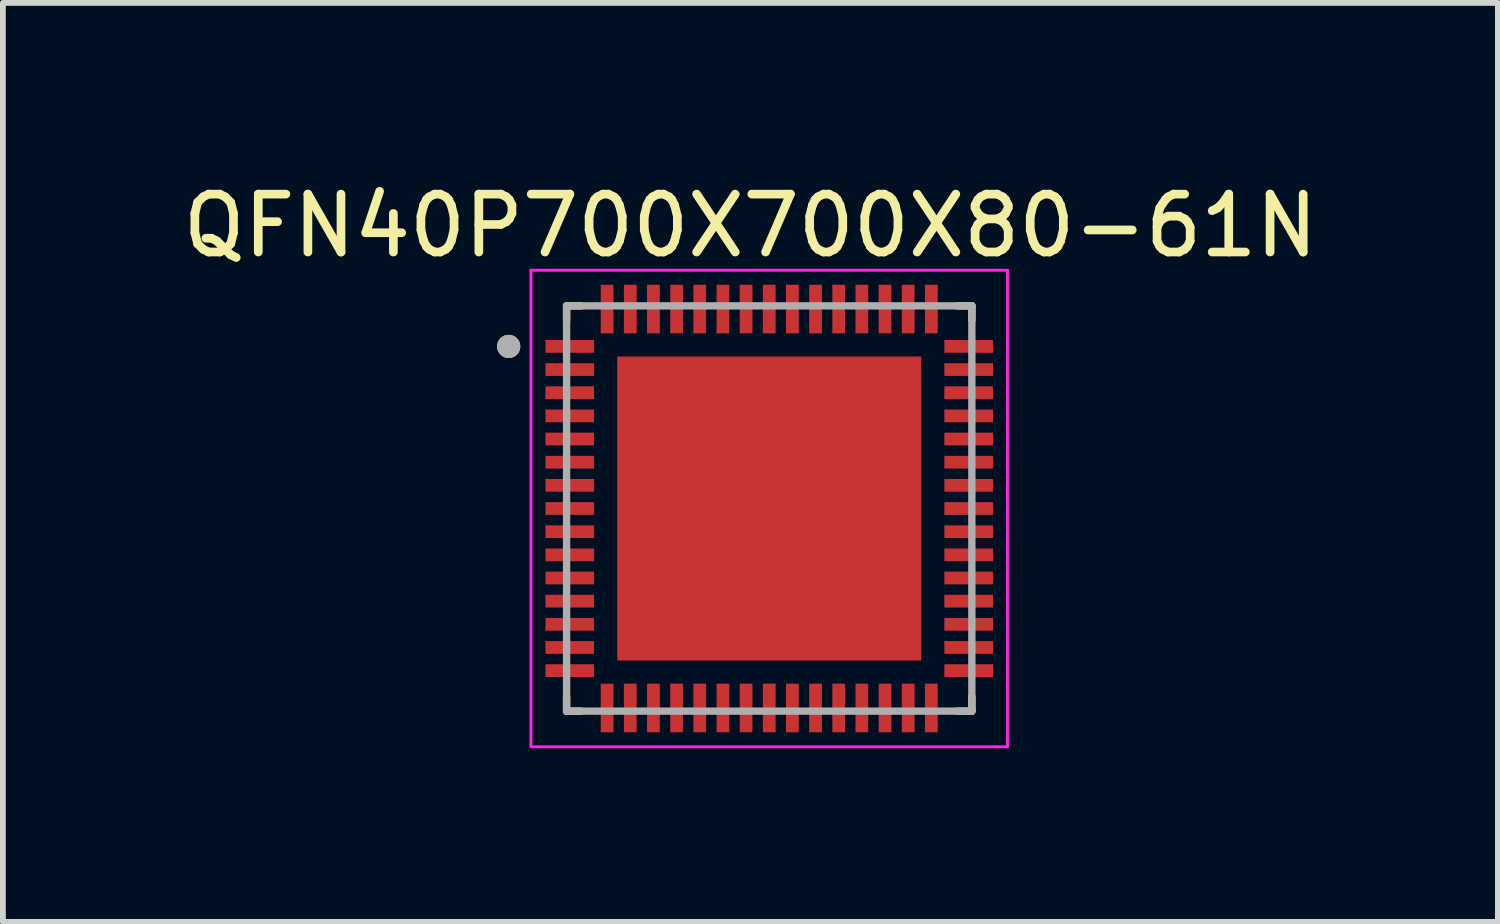
<source format=kicad_pcb>
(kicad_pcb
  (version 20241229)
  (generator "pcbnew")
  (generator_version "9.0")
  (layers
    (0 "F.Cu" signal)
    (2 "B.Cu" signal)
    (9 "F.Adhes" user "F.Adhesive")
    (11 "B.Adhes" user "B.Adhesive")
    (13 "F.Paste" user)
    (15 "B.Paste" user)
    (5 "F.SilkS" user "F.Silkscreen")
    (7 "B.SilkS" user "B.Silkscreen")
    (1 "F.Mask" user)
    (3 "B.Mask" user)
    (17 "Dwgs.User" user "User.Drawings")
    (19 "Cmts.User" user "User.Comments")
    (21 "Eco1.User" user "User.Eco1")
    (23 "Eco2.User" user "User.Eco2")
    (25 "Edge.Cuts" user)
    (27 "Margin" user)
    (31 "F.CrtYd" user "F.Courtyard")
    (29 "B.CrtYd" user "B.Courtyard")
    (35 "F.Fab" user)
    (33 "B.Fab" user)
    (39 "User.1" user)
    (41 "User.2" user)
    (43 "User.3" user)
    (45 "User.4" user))
  (footprint "QFN40P700X700X80-61N"
    (layer "F.Cu")
    (at 10.236 5.733)
    (property "Reference" "QFN40P700X700X80-61N" (at -0.325 -4.885 0) (layer "F.SilkS") (effects (font (size 1 1) (thickness 0.15))))
    (attr smd)
    (fp_rect (start -3.865 -2.91) (end -3.017 -2.69) (stroke (width 0.02) (type solid)) (fill yes) (layer "F.Mask"))
    (fp_rect (start -3.865 -2.51) (end -3.017 -2.29) (stroke (width 0.02) (type solid)) (fill yes) (layer "F.Mask"))
    (fp_rect (start -3.865 -2.11) (end -3.017 -1.89) (stroke (width 0.02) (type solid)) (fill yes) (layer "F.Mask"))
    (fp_rect (start -3.865 -1.71) (end -3.017 -1.49) (stroke (width 0.02) (type solid)) (fill yes) (layer "F.Mask"))
    (fp_rect (start -3.865 -1.31) (end -3.017 -1.09) (stroke (width 0.02) (type solid)) (fill yes) (layer "F.Mask"))
    (fp_rect (start -3.865 -0.91) (end -3.017 -0.69) (stroke (width 0.02) (type solid)) (fill yes) (layer "F.Mask"))
    (fp_rect (start -3.865 -0.51) (end -3.017 -0.29) (stroke (width 0.02) (type solid)) (fill yes) (layer "F.Mask"))
    (fp_rect (start -3.865 -0.11) (end -3.017 0.11) (stroke (width 0.02) (type solid)) (fill yes) (layer "F.Mask"))
    (fp_rect (start -3.865 0.29) (end -3.017 0.51) (stroke (width 0.02) (type solid)) (fill yes) (layer "F.Mask"))
    (fp_rect (start -3.865 0.69) (end -3.017 0.91) (stroke (width 0.02) (type solid)) (fill yes) (layer "F.Mask"))
    (fp_rect (start -3.865 1.09) (end -3.017 1.31) (stroke (width 0.02) (type solid)) (fill yes) (layer "F.Mask"))
    (fp_rect (start -3.865 1.49) (end -3.017 1.71) (stroke (width 0.02) (type solid)) (fill yes) (layer "F.Mask"))
    (fp_rect (start -3.865 1.89) (end -3.017 2.11) (stroke (width 0.02) (type solid)) (fill yes) (layer "F.Mask"))
    (fp_rect (start -3.865 2.29) (end -3.017 2.51) (stroke (width 0.02) (type solid)) (fill yes) (layer "F.Mask"))
    (fp_rect (start -3.865 2.69) (end -3.017 2.91) (stroke (width 0.02) (type solid)) (fill yes) (layer "F.Mask"))
    (fp_rect (start -2.968 -2.968) (end 2.967 2.967) (stroke (width 0.1) (type solid)) (fill yes) (layer "F.Mask"))
    (fp_rect (start -2.91 -3.865) (end -2.69 -3.017) (stroke (width 0.02) (type solid)) (fill yes) (layer "F.Mask"))
    (fp_rect (start -2.91 3.017) (end -2.69 3.865) (stroke (width 0.02) (type solid)) (fill yes) (layer "F.Mask"))
    (fp_rect (start -2.51 -3.865) (end -2.29 -3.017) (stroke (width 0.02) (type solid)) (fill yes) (layer "F.Mask"))
    (fp_rect (start -2.51 3.017) (end -2.29 3.865) (stroke (width 0.02) (type solid)) (fill yes) (layer "F.Mask"))
    (fp_rect (start -2.11 -3.865) (end -1.89 -3.017) (stroke (width 0.02) (type solid)) (fill yes) (layer "F.Mask"))
    (fp_rect (start -2.11 3.017) (end -1.89 3.865) (stroke (width 0.02) (type solid)) (fill yes) (layer "F.Mask"))
    (fp_rect (start -1.71 -3.865) (end -1.49 -3.017) (stroke (width 0.02) (type solid)) (fill yes) (layer "F.Mask"))
    (fp_rect (start -1.71 3.017) (end -1.49 3.865) (stroke (width 0.02) (type solid)) (fill yes) (layer "F.Mask"))
    (fp_rect (start -1.31 -3.865) (end -1.09 -3.017) (stroke (width 0.02) (type solid)) (fill yes) (layer "F.Mask"))
    (fp_rect (start -1.31 3.017) (end -1.09 3.865) (stroke (width 0.02) (type solid)) (fill yes) (layer "F.Mask"))
    (fp_rect (start -0.91 -3.865) (end -0.69 -3.017) (stroke (width 0.02) (type solid)) (fill yes) (layer "F.Mask"))
    (fp_rect (start -0.91 3.017) (end -0.69 3.865) (stroke (width 0.02) (type solid)) (fill yes) (layer "F.Mask"))
    (fp_rect (start -0.51 -3.865) (end -0.29 -3.017) (stroke (width 0.02) (type solid)) (fill yes) (layer "F.Mask"))
    (fp_rect (start -0.51 3.017) (end -0.29 3.865) (stroke (width 0.02) (type solid)) (fill yes) (layer "F.Mask"))
    (fp_rect (start -0.11 -3.865) (end 0.11 -3.017) (stroke (width 0.02) (type solid)) (fill yes) (layer "F.Mask"))
    (fp_rect (start -0.11 3.017) (end 0.11 3.865) (stroke (width 0.02) (type solid)) (fill yes) (layer "F.Mask"))
    (fp_rect (start 0.29 -3.865) (end 0.51 -3.017) (stroke (width 0.02) (type solid)) (fill yes) (layer "F.Mask"))
    (fp_rect (start 0.29 3.017) (end 0.51 3.865) (stroke (width 0.02) (type solid)) (fill yes) (layer "F.Mask"))
    (fp_rect (start 0.69 -3.865) (end 0.91 -3.017) (stroke (width 0.02) (type solid)) (fill yes) (layer "F.Mask"))
    (fp_rect (start 0.69 3.017) (end 0.91 3.865) (stroke (width 0.02) (type solid)) (fill yes) (layer "F.Mask"))
    (fp_rect (start 1.09 -3.865) (end 1.31 -3.017) (stroke (width 0.02) (type solid)) (fill yes) (layer "F.Mask"))
    (fp_rect (start 1.09 3.017) (end 1.31 3.865) (stroke (width 0.02) (type solid)) (fill yes) (layer "F.Mask"))
    (fp_rect (start 1.489 -3.864) (end 1.709 -3.016) (stroke (width 0.02) (type solid)) (fill yes) (layer "F.Mask"))
    (fp_rect (start 1.49 3.017) (end 1.71 3.865) (stroke (width 0.02) (type solid)) (fill yes) (layer "F.Mask"))
    (fp_rect (start 1.89 -3.865) (end 2.11 -3.017) (stroke (width 0.02) (type solid)) (fill yes) (layer "F.Mask"))
    (fp_rect (start 1.89 3.017) (end 2.11 3.865) (stroke (width 0.02) (type solid)) (fill yes) (layer "F.Mask"))
    (fp_rect (start 2.29 -3.865) (end 2.51 -3.017) (stroke (width 0.02) (type solid)) (fill yes) (layer "F.Mask"))
    (fp_rect (start 2.29 3.017) (end 2.51 3.865) (stroke (width 0.02) (type solid)) (fill yes) (layer "F.Mask"))
    (fp_rect (start 2.69 -3.865) (end 2.91 -3.017) (stroke (width 0.02) (type solid)) (fill yes) (layer "F.Mask"))
    (fp_rect (start 2.69 3.017) (end 2.91 3.865) (stroke (width 0.02) (type solid)) (fill yes) (layer "F.Mask"))
    (fp_rect (start 3.016 -2.91) (end 3.864 -2.69) (stroke (width 0.02) (type solid)) (fill yes) (layer "F.Mask"))
    (fp_rect (start 3.017 -2.51) (end 3.865 -2.29) (stroke (width 0.02) (type solid)) (fill yes) (layer "F.Mask"))
    (fp_rect (start 3.017 -2.11) (end 3.865 -1.89) (stroke (width 0.02) (type solid)) (fill yes) (layer "F.Mask"))
    (fp_rect (start 3.017 -1.71) (end 3.865 -1.49) (stroke (width 0.02) (type solid)) (fill yes) (layer "F.Mask"))
    (fp_rect (start 3.017 -1.31) (end 3.865 -1.09) (stroke (width 0.02) (type solid)) (fill yes) (layer "F.Mask"))
    (fp_rect (start 3.017 -0.91) (end 3.865 -0.69) (stroke (width 0.02) (type solid)) (fill yes) (layer "F.Mask"))
    (fp_rect (start 3.017 -0.51) (end 3.865 -0.29) (stroke (width 0.02) (type solid)) (fill yes) (layer "F.Mask"))
    (fp_rect (start 3.017 -0.11) (end 3.865 0.11) (stroke (width 0.02) (type solid)) (fill yes) (layer "F.Mask"))
    (fp_rect (start 3.017 0.29) (end 3.865 0.51) (stroke (width 0.02) (type solid)) (fill yes) (layer "F.Mask"))
    (fp_rect (start 3.017 0.69) (end 3.865 0.91) (stroke (width 0.02) (type solid)) (fill yes) (layer "F.Mask"))
    (fp_rect (start 3.017 1.09) (end 3.865 1.31) (stroke (width 0.02) (type solid)) (fill yes) (layer "F.Mask"))
    (fp_rect (start 3.017 1.49) (end 3.865 1.71) (stroke (width 0.02) (type solid)) (fill yes) (layer "F.Mask"))
    (fp_rect (start 3.017 1.89) (end 3.865 2.11) (stroke (width 0.02) (type solid)) (fill yes) (layer "F.Mask"))
    (fp_rect (start 3.017 2.29) (end 3.865 2.51) (stroke (width 0.02) (type solid)) (fill yes) (layer "F.Mask"))
    (fp_rect (start 3.017 2.69) (end 3.865 2.91) (stroke (width 0.02) (type solid)) (fill yes) (layer "F.Mask"))
    (fp_line (start -3.5 -3.5) (end -3.5 -3.25) (stroke (width 0.127) (type solid)) (layer "F.SilkS"))
    (fp_line (start -3.5 -3.5) (end -3.25 -3.5) (stroke (width 0.127) (type solid)) (layer "F.SilkS"))
    (fp_line (start -3.5 3.5) (end -3.5 3.25) (stroke (width 0.127) (type solid)) (layer "F.SilkS"))
    (fp_line (start -3.5 3.5) (end -3.25 3.5) (stroke (width 0.127) (type solid)) (layer "F.SilkS"))
    (fp_line (start 3.5 -3.5) (end 3.25 -3.5) (stroke (width 0.127) (type solid)) (layer "F.SilkS"))
    (fp_line (start 3.5 -3.5) (end 3.5 -3.25) (stroke (width 0.127) (type solid)) (layer "F.SilkS"))
    (fp_line (start 3.5 3.5) (end 3.25 3.5) (stroke (width 0.127) (type solid)) (layer "F.SilkS"))
    (fp_line (start 3.5 3.5) (end 3.5 3.25) (stroke (width 0.127) (type solid)) (layer "F.SilkS"))
    (fp_circle (center -4.5 -2.8) (end -4.4 -2.8) (stroke (width 0.2) (type solid)) (fill no) (layer "F.SilkS"))
    (fp_poly (pts (xy -2.145 -2.145) (xy -0.485 -2.145) (xy -0.485 -0.485) (xy -2.145 -0.485)) (stroke (width 0.01) (type solid)) (fill yes) (layer "F.Paste"))
    (fp_poly (pts (xy -2.145 0.485) (xy -0.485 0.485) (xy -0.485 2.145) (xy -2.145 2.145)) (stroke (width 0.01) (type solid)) (fill yes) (layer "F.Paste"))
    (fp_poly (pts (xy 0.485 -2.145) (xy 2.145 -2.145) (xy 2.145 -0.485) (xy 0.485 -0.485)) (stroke (width 0.01) (type solid)) (fill yes) (layer "F.Paste"))
    (fp_poly (pts (xy 0.485 0.485) (xy 2.145 0.485) (xy 2.145 2.145) (xy 0.485 2.145)) (stroke (width 0.01) (type solid)) (fill yes) (layer "F.Paste"))
    (fp_line (start -4.115 -4.115) (end 4.115 -4.115) (stroke (width 0.05) (type solid)) (layer "F.CrtYd"))
    (fp_line (start -4.115 4.115) (end -4.115 -4.115) (stroke (width 0.05) (type solid)) (layer "F.CrtYd"))
    (fp_line (start 4.115 -4.115) (end 4.115 4.115) (stroke (width 0.05) (type solid)) (layer "F.CrtYd"))
    (fp_line (start 4.115 4.115) (end -4.115 4.115) (stroke (width 0.05) (type solid)) (layer "F.CrtYd"))
    (fp_line (start -3.5 -3.5) (end 3.5 -3.5) (stroke (width 0.127) (type solid)) (layer "F.Fab"))
    (fp_line (start -3.5 3.5) (end -3.5 -3.5) (stroke (width 0.127) (type solid)) (layer "F.Fab"))
    (fp_line (start 3.5 -3.5) (end 3.5 3.5) (stroke (width 0.127) (type solid)) (layer "F.Fab"))
    (fp_line (start 3.5 3.5) (end -3.5 3.5) (stroke (width 0.127) (type solid)) (layer "F.Fab"))
    (fp_circle (center -4.5 -2.8) (end -4.4 -2.8) (stroke (width 0.2) (type solid)) (fill no) (layer "F.Fab"))
    (pad "1" smd rect (at -3.445 -2.8) (size 0.84 0.22) (layers "F.Cu" "F.Paste"))
    (pad "2" smd rect (at -3.445 -2.4) (size 0.84 0.22) (layers "F.Cu" "F.Paste"))
    (pad "3" smd rect (at -3.445 -2) (size 0.84 0.22) (layers "F.Cu" "F.Paste"))
    (pad "4" smd rect (at -3.445 -1.6) (size 0.84 0.22) (layers "F.Cu" "F.Paste"))
    (pad "5" smd rect (at -3.445 -1.2) (size 0.84 0.22) (layers "F.Cu" "F.Paste"))
    (pad "6" smd rect (at -3.445 -0.8) (size 0.84 0.22) (layers "F.Cu" "F.Paste"))
    (pad "7" smd rect (at -3.445 -0.4) (size 0.84 0.22) (layers "F.Cu" "F.Paste"))
    (pad "8" smd rect (at -3.445 0) (size 0.84 0.22) (layers "F.Cu" "F.Paste"))
    (pad "9" smd rect (at -3.445 0.4) (size 0.84 0.22) (layers "F.Cu" "F.Paste"))
    (pad "10" smd rect (at -3.445 0.8) (size 0.84 0.22) (layers "F.Cu" "F.Paste"))
    (pad "11" smd rect (at -3.445 1.2) (size 0.84 0.22) (layers "F.Cu" "F.Paste"))
    (pad "12" smd rect (at -3.445 1.6) (size 0.84 0.22) (layers "F.Cu" "F.Paste"))
    (pad "13" smd rect (at -3.445 2) (size 0.84 0.22) (layers "F.Cu" "F.Paste"))
    (pad "14" smd rect (at -3.445 2.4) (size 0.84 0.22) (layers "F.Cu" "F.Paste"))
    (pad "15" smd rect (at -3.445 2.8) (size 0.84 0.22) (layers "F.Cu" "F.Paste"))
    (pad "16" smd rect (at -2.8 3.445) (size 0.22 0.84) (layers "F.Cu" "F.Paste"))
    (pad "17" smd rect (at -2.4 3.445) (size 0.22 0.84) (layers "F.Cu" "F.Paste"))
    (pad "18" smd rect (at -2 3.445) (size 0.22 0.84) (layers "F.Cu" "F.Paste"))
    (pad "19" smd rect (at -1.6 3.445) (size 0.22 0.84) (layers "F.Cu" "F.Paste"))
    (pad "20" smd rect (at -1.2 3.445) (size 0.22 0.84) (layers "F.Cu" "F.Paste"))
    (pad "21" smd rect (at -0.8 3.445) (size 0.22 0.84) (layers "F.Cu" "F.Paste"))
    (pad "22" smd rect (at -0.4 3.445) (size 0.22 0.84) (layers "F.Cu" "F.Paste"))
    (pad "23" smd rect (at 0 3.445) (size 0.22 0.84) (layers "F.Cu" "F.Paste"))
    (pad "24" smd rect (at 0.4 3.445) (size 0.22 0.84) (layers "F.Cu" "F.Paste"))
    (pad "25" smd rect (at 0.8 3.445) (size 0.22 0.84) (layers "F.Cu" "F.Paste"))
    (pad "26" smd rect (at 1.2 3.445) (size 0.22 0.84) (layers "F.Cu" "F.Paste"))
    (pad "27" smd rect (at 1.6 3.445) (size 0.22 0.84) (layers "F.Cu" "F.Paste"))
    (pad "28" smd rect (at 2 3.445) (size 0.22 0.84) (layers "F.Cu" "F.Paste"))
    (pad "29" smd rect (at 2.4 3.445) (size 0.22 0.84) (layers "F.Cu" "F.Paste"))
    (pad "30" smd rect (at 2.8 3.445) (size 0.22 0.84) (layers "F.Cu" "F.Paste"))
    (pad "31" smd rect (at 3.445 2.8) (size 0.84 0.22) (layers "F.Cu" "F.Paste"))
    (pad "32" smd rect (at 3.445 2.4) (size 0.84 0.22) (layers "F.Cu" "F.Paste"))
    (pad "33" smd rect (at 3.445 2) (size 0.84 0.22) (layers "F.Cu" "F.Paste"))
    (pad "34" smd rect (at 3.445 1.6) (size 0.84 0.22) (layers "F.Cu" "F.Paste"))
    (pad "35" smd rect (at 3.445 1.2) (size 0.84 0.22) (layers "F.Cu" "F.Paste"))
    (pad "36" smd rect (at 3.445 0.8) (size 0.84 0.22) (layers "F.Cu" "F.Paste"))
    (pad "37" smd rect (at 3.445 0.4) (size 0.84 0.22) (layers "F.Cu" "F.Paste"))
    (pad "38" smd rect (at 3.445 0) (size 0.84 0.22) (layers "F.Cu" "F.Paste"))
    (pad "39" smd rect (at 3.445 -0.4) (size 0.84 0.22) (layers "F.Cu" "F.Paste"))
    (pad "40" smd rect (at 3.445 -0.8) (size 0.84 0.22) (layers "F.Cu" "F.Paste"))
    (pad "41" smd rect (at 3.445 -1.2) (size 0.84 0.22) (layers "F.Cu" "F.Paste"))
    (pad "42" smd rect (at 3.445 -1.6) (size 0.84 0.22) (layers "F.Cu" "F.Paste"))
    (pad "43" smd rect (at 3.445 -2) (size 0.84 0.22) (layers "F.Cu" "F.Paste"))
    (pad "44" smd rect (at 3.445 -2.4) (size 0.84 0.22) (layers "F.Cu" "F.Paste"))
    (pad "45" smd rect (at 3.445 -2.8) (size 0.84 0.22) (layers "F.Cu" "F.Paste"))
    (pad "46" smd rect (at 2.8 -3.445) (size 0.22 0.84) (layers "F.Cu" "F.Paste"))
    (pad "47" smd rect (at 2.4 -3.445) (size 0.22 0.84) (layers "F.Cu" "F.Paste"))
    (pad "48" smd rect (at 2 -3.445) (size 0.22 0.84) (layers "F.Cu" "F.Paste"))
    (pad "49" smd rect (at 1.6 -3.445) (size 0.22 0.84) (layers "F.Cu" "F.Paste"))
    (pad "50" smd rect (at 1.2 -3.445) (size 0.22 0.84) (layers "F.Cu" "F.Paste"))
    (pad "51" smd rect (at 0.8 -3.445) (size 0.22 0.84) (layers "F.Cu" "F.Paste"))
    (pad "52" smd rect (at 0.4 -3.445) (size 0.22 0.84) (layers "F.Cu" "F.Paste"))
    (pad "53" smd rect (at 0 -3.445) (size 0.22 0.84) (layers "F.Cu" "F.Paste"))
    (pad "54" smd rect (at -0.4 -3.445) (size 0.22 0.84) (layers "F.Cu" "F.Paste"))
    (pad "55" smd rect (at -0.8 -3.445) (size 0.22 0.84) (layers "F.Cu" "F.Paste"))
    (pad "56" smd rect (at -1.2 -3.445) (size 0.22 0.84) (layers "F.Cu" "F.Paste"))
    (pad "57" smd rect (at -1.6 -3.445) (size 0.22 0.84) (layers "F.Cu" "F.Paste"))
    (pad "58" smd rect (at -2 -3.445) (size 0.22 0.84) (layers "F.Cu" "F.Paste"))
    (pad "59" smd rect (at -2.4 -3.445) (size 0.22 0.84) (layers "F.Cu" "F.Paste"))
    (pad "60" smd rect (at -2.8 -3.445) (size 0.22 0.84) (layers "F.Cu" "F.Paste"))
    (pad "61" smd rect (at 0 0) (size 5.25 5.25) (layers "F.Cu" "F.Mask")))
  (gr_rect
    (start -3 -3)
    (end 22.821 12.873)
    (stroke (width 0.1) (type default))
    (fill no)
    (layer "Edge.Cuts")))
</source>
